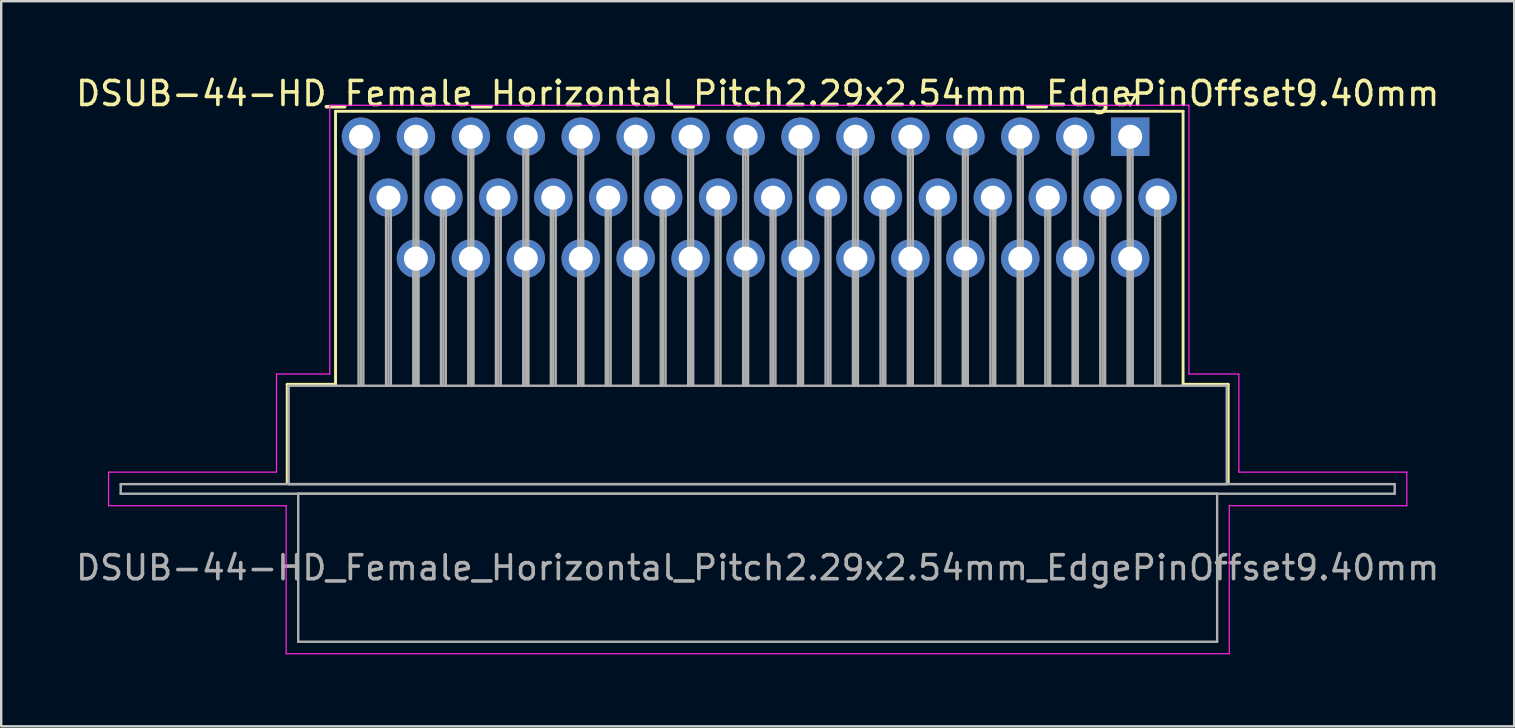
<source format=kicad_pcb>
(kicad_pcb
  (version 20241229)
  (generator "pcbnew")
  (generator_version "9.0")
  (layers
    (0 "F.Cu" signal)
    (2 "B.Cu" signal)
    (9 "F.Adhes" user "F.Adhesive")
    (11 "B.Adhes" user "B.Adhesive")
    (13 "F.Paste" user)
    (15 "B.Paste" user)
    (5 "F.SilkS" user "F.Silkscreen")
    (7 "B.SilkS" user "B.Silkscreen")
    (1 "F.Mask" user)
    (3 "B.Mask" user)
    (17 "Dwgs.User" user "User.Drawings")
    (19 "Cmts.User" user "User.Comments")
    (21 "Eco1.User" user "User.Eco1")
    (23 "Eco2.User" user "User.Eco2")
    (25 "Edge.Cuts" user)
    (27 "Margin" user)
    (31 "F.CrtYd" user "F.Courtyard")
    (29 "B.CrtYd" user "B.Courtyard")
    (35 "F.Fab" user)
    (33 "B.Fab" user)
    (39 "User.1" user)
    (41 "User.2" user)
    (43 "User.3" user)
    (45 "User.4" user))
  (footprint "DSUB-44-HD_Female_Horizontal_Pitch2.29x2.54mm_EdgePinOffset9.40mm"
    (layer "F.Cu")
    (at 44.055 2.648)
    (property "Reference" "DSUB-44-HD_Female_Horizontal_Pitch2.29x2.54mm_EdgePinOffset9.40mm" (at -15.525 -1.8 0) (layer "F.SilkS") (effects (font (size 1 1) (thickness 0.15))))
    (attr through_hole)
    (fp_line (start -35.135 10.32) (end -33.12 10.32) (stroke (width 0.12) (type solid)) (layer "F.SilkS"))
    (fp_line (start -35.135 14.42) (end -35.135 10.32) (stroke (width 0.12) (type solid)) (layer "F.SilkS"))
    (fp_line (start -33.12 -1.06) (end 2.205 -1.06) (stroke (width 0.12) (type solid)) (layer "F.SilkS"))
    (fp_line (start -33.12 10.32) (end -33.12 -1.06) (stroke (width 0.12) (type solid)) (layer "F.SilkS"))
    (fp_line (start -0.25 -1.754) (end 0.25 -1.754) (stroke (width 0.12) (type solid)) (layer "F.SilkS"))
    (fp_line (start 0 -1.321) (end -0.25 -1.754) (stroke (width 0.12) (type solid)) (layer "F.SilkS"))
    (fp_line (start 0.25 -1.754) (end 0 -1.321) (stroke (width 0.12) (type solid)) (layer "F.SilkS"))
    (fp_line (start 2.205 -1.06) (end 2.205 10.32) (stroke (width 0.12) (type solid)) (layer "F.SilkS"))
    (fp_line (start 2.205 10.32) (end 4.085 10.32) (stroke (width 0.12) (type solid)) (layer "F.SilkS"))
    (fp_line (start 4.085 10.32) (end 4.085 14.42) (stroke (width 0.12) (type solid)) (layer "F.SilkS"))
    (fp_line (start -42.58 13.98) (end -35.58 13.98) (stroke (width 0.05) (type solid)) (layer "F.CrtYd"))
    (fp_line (start -42.58 15.38) (end -42.58 13.98) (stroke (width 0.05) (type solid)) (layer "F.CrtYd"))
    (fp_line (start -35.58 9.89) (end -33.36 9.89) (stroke (width 0.05) (type solid)) (layer "F.CrtYd"))
    (fp_line (start -35.58 13.98) (end -35.58 9.89) (stroke (width 0.05) (type solid)) (layer "F.CrtYd"))
    (fp_line (start -35.18 15.38) (end -42.58 15.38) (stroke (width 0.05) (type solid)) (layer "F.CrtYd"))
    (fp_line (start -35.18 21.55) (end -35.18 15.38) (stroke (width 0.05) (type solid)) (layer "F.CrtYd"))
    (fp_line (start -33.36 -1.31) (end 2.45 -1.31) (stroke (width 0.05) (type solid)) (layer "F.CrtYd"))
    (fp_line (start -33.36 9.89) (end -33.36 -1.31) (stroke (width 0.05) (type solid)) (layer "F.CrtYd"))
    (fp_line (start 2.45 -1.31) (end 2.45 9.89) (stroke (width 0.05) (type solid)) (layer "F.CrtYd"))
    (fp_line (start 2.45 9.89) (end 4.53 9.89) (stroke (width 0.05) (type solid)) (layer "F.CrtYd"))
    (fp_line (start 4.13 15.38) (end 4.13 21.55) (stroke (width 0.05) (type solid)) (layer "F.CrtYd"))
    (fp_line (start 4.13 21.55) (end -35.18 21.55) (stroke (width 0.05) (type solid)) (layer "F.CrtYd"))
    (fp_line (start 4.53 9.89) (end 4.53 13.98) (stroke (width 0.05) (type solid)) (layer "F.CrtYd"))
    (fp_line (start 4.53 13.98) (end 11.53 13.98) (stroke (width 0.05) (type solid)) (layer "F.CrtYd"))
    (fp_line (start 11.53 13.98) (end 11.53 15.38) (stroke (width 0.05) (type solid)) (layer "F.CrtYd"))
    (fp_line (start 11.53 15.38) (end 4.13 15.38) (stroke (width 0.05) (type solid)) (layer "F.CrtYd"))
    (fp_line (start -42.075 14.48) (end -42.075 14.88) (stroke (width 0.1) (type solid)) (layer "F.Fab"))
    (fp_line (start -42.075 14.88) (end 11.025 14.88) (stroke (width 0.1) (type solid)) (layer "F.Fab"))
    (fp_line (start -35.075 10.38) (end -35.075 14.48) (stroke (width 0.1) (type solid)) (layer "F.Fab"))
    (fp_line (start -35.075 14.48) (end 4.025 14.48) (stroke (width 0.1) (type solid)) (layer "F.Fab"))
    (fp_line (start -34.675 14.88) (end -34.675 21.05) (stroke (width 0.1) (type solid)) (layer "F.Fab"))
    (fp_line (start -34.675 21.05) (end 3.625 21.05) (stroke (width 0.1) (type solid)) (layer "F.Fab"))
    (fp_line (start -32.16 0) (end -32.16 10.38) (stroke (width 0.1) (type solid)) (layer "F.Fab"))
    (fp_line (start -32.06 0) (end -32.06 10.38) (stroke (width 0.1) (type solid)) (layer "F.Fab"))
    (fp_line (start -31.96 0) (end -31.96 10.38) (stroke (width 0.1) (type solid)) (layer "F.Fab"))
    (fp_line (start -31.015 2.54) (end -31.015 10.38) (stroke (width 0.1) (type solid)) (layer "F.Fab"))
    (fp_line (start -30.915 2.54) (end -30.915 10.38) (stroke (width 0.1) (type solid)) (layer "F.Fab"))
    (fp_line (start -30.815 2.54) (end -30.815 10.38) (stroke (width 0.1) (type solid)) (layer "F.Fab"))
    (fp_line (start -29.87 0) (end -29.87 10.38) (stroke (width 0.1) (type solid)) (layer "F.Fab"))
    (fp_line (start -29.87 5.08) (end -29.87 10.38) (stroke (width 0.1) (type solid)) (layer "F.Fab"))
    (fp_line (start -29.77 0) (end -29.77 10.38) (stroke (width 0.1) (type solid)) (layer "F.Fab"))
    (fp_line (start -29.77 5.08) (end -29.77 10.38) (stroke (width 0.1) (type solid)) (layer "F.Fab"))
    (fp_line (start -29.67 0) (end -29.67 10.38) (stroke (width 0.1) (type solid)) (layer "F.Fab"))
    (fp_line (start -29.67 5.08) (end -29.67 10.38) (stroke (width 0.1) (type solid)) (layer "F.Fab"))
    (fp_line (start -28.725 2.54) (end -28.725 10.38) (stroke (width 0.1) (type solid)) (layer "F.Fab"))
    (fp_line (start -28.625 2.54) (end -28.625 10.38) (stroke (width 0.1) (type solid)) (layer "F.Fab"))
    (fp_line (start -28.525 2.54) (end -28.525 10.38) (stroke (width 0.1) (type solid)) (layer "F.Fab"))
    (fp_line (start -27.58 0) (end -27.58 10.38) (stroke (width 0.1) (type solid)) (layer "F.Fab"))
    (fp_line (start -27.58 5.08) (end -27.58 10.38) (stroke (width 0.1) (type solid)) (layer "F.Fab"))
    (fp_line (start -27.48 0) (end -27.48 10.38) (stroke (width 0.1) (type solid)) (layer "F.Fab"))
    (fp_line (start -27.48 5.08) (end -27.48 10.38) (stroke (width 0.1) (type solid)) (layer "F.Fab"))
    (fp_line (start -27.38 0) (end -27.38 10.38) (stroke (width 0.1) (type solid)) (layer "F.Fab"))
    (fp_line (start -27.38 5.08) (end -27.38 10.38) (stroke (width 0.1) (type solid)) (layer "F.Fab"))
    (fp_line (start -26.435 2.54) (end -26.435 10.38) (stroke (width 0.1) (type solid)) (layer "F.Fab"))
    (fp_line (start -26.335 2.54) (end -26.335 10.38) (stroke (width 0.1) (type solid)) (layer "F.Fab"))
    (fp_line (start -26.235 2.54) (end -26.235 10.38) (stroke (width 0.1) (type solid)) (layer "F.Fab"))
    (fp_line (start -25.29 0) (end -25.29 10.38) (stroke (width 0.1) (type solid)) (layer "F.Fab"))
    (fp_line (start -25.29 5.08) (end -25.29 10.38) (stroke (width 0.1) (type solid)) (layer "F.Fab"))
    (fp_line (start -25.19 0) (end -25.19 10.38) (stroke (width 0.1) (type solid)) (layer "F.Fab"))
    (fp_line (start -25.19 5.08) (end -25.19 10.38) (stroke (width 0.1) (type solid)) (layer "F.Fab"))
    (fp_line (start -25.09 0) (end -25.09 10.38) (stroke (width 0.1) (type solid)) (layer "F.Fab"))
    (fp_line (start -25.09 5.08) (end -25.09 10.38) (stroke (width 0.1) (type solid)) (layer "F.Fab"))
    (fp_line (start -24.145 2.54) (end -24.145 10.38) (stroke (width 0.1) (type solid)) (layer "F.Fab"))
    (fp_line (start -24.045 2.54) (end -24.045 10.38) (stroke (width 0.1) (type solid)) (layer "F.Fab"))
    (fp_line (start -23.945 2.54) (end -23.945 10.38) (stroke (width 0.1) (type solid)) (layer "F.Fab"))
    (fp_line (start -23 0) (end -23 10.38) (stroke (width 0.1) (type solid)) (layer "F.Fab"))
    (fp_line (start -23 5.08) (end -23 10.38) (stroke (width 0.1) (type solid)) (layer "F.Fab"))
    (fp_line (start -22.9 0) (end -22.9 10.38) (stroke (width 0.1) (type solid)) (layer "F.Fab"))
    (fp_line (start -22.9 5.08) (end -22.9 10.38) (stroke (width 0.1) (type solid)) (layer "F.Fab"))
    (fp_line (start -22.8 0) (end -22.8 10.38) (stroke (width 0.1) (type solid)) (layer "F.Fab"))
    (fp_line (start -22.8 5.08) (end -22.8 10.38) (stroke (width 0.1) (type solid)) (layer "F.Fab"))
    (fp_line (start -21.855 2.54) (end -21.855 10.38) (stroke (width 0.1) (type solid)) (layer "F.Fab"))
    (fp_line (start -21.755 2.54) (end -21.755 10.38) (stroke (width 0.1) (type solid)) (layer "F.Fab"))
    (fp_line (start -21.655 2.54) (end -21.655 10.38) (stroke (width 0.1) (type solid)) (layer "F.Fab"))
    (fp_line (start -20.71 0) (end -20.71 10.38) (stroke (width 0.1) (type solid)) (layer "F.Fab"))
    (fp_line (start -20.71 5.08) (end -20.71 10.38) (stroke (width 0.1) (type solid)) (layer "F.Fab"))
    (fp_line (start -20.61 0) (end -20.61 10.38) (stroke (width 0.1) (type solid)) (layer "F.Fab"))
    (fp_line (start -20.61 5.08) (end -20.61 10.38) (stroke (width 0.1) (type solid)) (layer "F.Fab"))
    (fp_line (start -20.51 0) (end -20.51 10.38) (stroke (width 0.1) (type solid)) (layer "F.Fab"))
    (fp_line (start -20.51 5.08) (end -20.51 10.38) (stroke (width 0.1) (type solid)) (layer "F.Fab"))
    (fp_line (start -19.565 2.54) (end -19.565 10.38) (stroke (width 0.1) (type solid)) (layer "F.Fab"))
    (fp_line (start -19.465 2.54) (end -19.465 10.38) (stroke (width 0.1) (type solid)) (layer "F.Fab"))
    (fp_line (start -19.365 2.54) (end -19.365 10.38) (stroke (width 0.1) (type solid)) (layer "F.Fab"))
    (fp_line (start -18.42 0) (end -18.42 10.38) (stroke (width 0.1) (type solid)) (layer "F.Fab"))
    (fp_line (start -18.42 5.08) (end -18.42 10.38) (stroke (width 0.1) (type solid)) (layer "F.Fab"))
    (fp_line (start -18.32 0) (end -18.32 10.38) (stroke (width 0.1) (type solid)) (layer "F.Fab"))
    (fp_line (start -18.32 5.08) (end -18.32 10.38) (stroke (width 0.1) (type solid)) (layer "F.Fab"))
    (fp_line (start -18.22 0) (end -18.22 10.38) (stroke (width 0.1) (type solid)) (layer "F.Fab"))
    (fp_line (start -18.22 5.08) (end -18.22 10.38) (stroke (width 0.1) (type solid)) (layer "F.Fab"))
    (fp_line (start -17.275 2.54) (end -17.275 10.38) (stroke (width 0.1) (type solid)) (layer "F.Fab"))
    (fp_line (start -17.175 2.54) (end -17.175 10.38) (stroke (width 0.1) (type solid)) (layer "F.Fab"))
    (fp_line (start -17.075 2.54) (end -17.075 10.38) (stroke (width 0.1) (type solid)) (layer "F.Fab"))
    (fp_line (start -16.13 0) (end -16.13 10.38) (stroke (width 0.1) (type solid)) (layer "F.Fab"))
    (fp_line (start -16.13 5.08) (end -16.13 10.38) (stroke (width 0.1) (type solid)) (layer "F.Fab"))
    (fp_line (start -16.03 0) (end -16.03 10.38) (stroke (width 0.1) (type solid)) (layer "F.Fab"))
    (fp_line (start -16.03 5.08) (end -16.03 10.38) (stroke (width 0.1) (type solid)) (layer "F.Fab"))
    (fp_line (start -15.93 0) (end -15.93 10.38) (stroke (width 0.1) (type solid)) (layer "F.Fab"))
    (fp_line (start -15.93 5.08) (end -15.93 10.38) (stroke (width 0.1) (type solid)) (layer "F.Fab"))
    (fp_line (start -14.985 2.54) (end -14.985 10.38) (stroke (width 0.1) (type solid)) (layer "F.Fab"))
    (fp_line (start -14.885 2.54) (end -14.885 10.38) (stroke (width 0.1) (type solid)) (layer "F.Fab"))
    (fp_line (start -14.785 2.54) (end -14.785 10.38) (stroke (width 0.1) (type solid)) (layer "F.Fab"))
    (fp_line (start -13.84 0) (end -13.84 10.38) (stroke (width 0.1) (type solid)) (layer "F.Fab"))
    (fp_line (start -13.84 5.08) (end -13.84 10.38) (stroke (width 0.1) (type solid)) (layer "F.Fab"))
    (fp_line (start -13.74 0) (end -13.74 10.38) (stroke (width 0.1) (type solid)) (layer "F.Fab"))
    (fp_line (start -13.74 5.08) (end -13.74 10.38) (stroke (width 0.1) (type solid)) (layer "F.Fab"))
    (fp_line (start -13.64 0) (end -13.64 10.38) (stroke (width 0.1) (type solid)) (layer "F.Fab"))
    (fp_line (start -13.64 5.08) (end -13.64 10.38) (stroke (width 0.1) (type solid)) (layer "F.Fab"))
    (fp_line (start -12.695 2.54) (end -12.695 10.38) (stroke (width 0.1) (type solid)) (layer "F.Fab"))
    (fp_line (start -12.595 2.54) (end -12.595 10.38) (stroke (width 0.1) (type solid)) (layer "F.Fab"))
    (fp_line (start -12.495 2.54) (end -12.495 10.38) (stroke (width 0.1) (type solid)) (layer "F.Fab"))
    (fp_line (start -11.55 0) (end -11.55 10.38) (stroke (width 0.1) (type solid)) (layer "F.Fab"))
    (fp_line (start -11.55 5.08) (end -11.55 10.38) (stroke (width 0.1) (type solid)) (layer "F.Fab"))
    (fp_line (start -11.45 0) (end -11.45 10.38) (stroke (width 0.1) (type solid)) (layer "F.Fab"))
    (fp_line (start -11.45 5.08) (end -11.45 10.38) (stroke (width 0.1) (type solid)) (layer "F.Fab"))
    (fp_line (start -11.35 0) (end -11.35 10.38) (stroke (width 0.1) (type solid)) (layer "F.Fab"))
    (fp_line (start -11.35 5.08) (end -11.35 10.38) (stroke (width 0.1) (type solid)) (layer "F.Fab"))
    (fp_line (start -10.405 2.54) (end -10.405 10.38) (stroke (width 0.1) (type solid)) (layer "F.Fab"))
    (fp_line (start -10.305 2.54) (end -10.305 10.38) (stroke (width 0.1) (type solid)) (layer "F.Fab"))
    (fp_line (start -10.205 2.54) (end -10.205 10.38) (stroke (width 0.1) (type solid)) (layer "F.Fab"))
    (fp_line (start -9.26 0) (end -9.26 10.38) (stroke (width 0.1) (type solid)) (layer "F.Fab"))
    (fp_line (start -9.26 5.08) (end -9.26 10.38) (stroke (width 0.1) (type solid)) (layer "F.Fab"))
    (fp_line (start -9.16 0) (end -9.16 10.38) (stroke (width 0.1) (type solid)) (layer "F.Fab"))
    (fp_line (start -9.16 5.08) (end -9.16 10.38) (stroke (width 0.1) (type solid)) (layer "F.Fab"))
    (fp_line (start -9.06 0) (end -9.06 10.38) (stroke (width 0.1) (type solid)) (layer "F.Fab"))
    (fp_line (start -9.06 5.08) (end -9.06 10.38) (stroke (width 0.1) (type solid)) (layer "F.Fab"))
    (fp_line (start -8.115 2.54) (end -8.115 10.38) (stroke (width 0.1) (type solid)) (layer "F.Fab"))
    (fp_line (start -8.015 2.54) (end -8.015 10.38) (stroke (width 0.1) (type solid)) (layer "F.Fab"))
    (fp_line (start -7.915 2.54) (end -7.915 10.38) (stroke (width 0.1) (type solid)) (layer "F.Fab"))
    (fp_line (start -6.97 0) (end -6.97 10.38) (stroke (width 0.1) (type solid)) (layer "F.Fab"))
    (fp_line (start -6.97 5.08) (end -6.97 10.38) (stroke (width 0.1) (type solid)) (layer "F.Fab"))
    (fp_line (start -6.87 0) (end -6.87 10.38) (stroke (width 0.1) (type solid)) (layer "F.Fab"))
    (fp_line (start -6.87 5.08) (end -6.87 10.38) (stroke (width 0.1) (type solid)) (layer "F.Fab"))
    (fp_line (start -6.77 0) (end -6.77 10.38) (stroke (width 0.1) (type solid)) (layer "F.Fab"))
    (fp_line (start -6.77 5.08) (end -6.77 10.38) (stroke (width 0.1) (type solid)) (layer "F.Fab"))
    (fp_line (start -5.825 2.54) (end -5.825 10.38) (stroke (width 0.1) (type solid)) (layer "F.Fab"))
    (fp_line (start -5.725 2.54) (end -5.725 10.38) (stroke (width 0.1) (type solid)) (layer "F.Fab"))
    (fp_line (start -5.625 2.54) (end -5.625 10.38) (stroke (width 0.1) (type solid)) (layer "F.Fab"))
    (fp_line (start -4.68 0) (end -4.68 10.38) (stroke (width 0.1) (type solid)) (layer "F.Fab"))
    (fp_line (start -4.68 5.08) (end -4.68 10.38) (stroke (width 0.1) (type solid)) (layer "F.Fab"))
    (fp_line (start -4.58 0) (end -4.58 10.38) (stroke (width 0.1) (type solid)) (layer "F.Fab"))
    (fp_line (start -4.58 5.08) (end -4.58 10.38) (stroke (width 0.1) (type solid)) (layer "F.Fab"))
    (fp_line (start -4.48 0) (end -4.48 10.38) (stroke (width 0.1) (type solid)) (layer "F.Fab"))
    (fp_line (start -4.48 5.08) (end -4.48 10.38) (stroke (width 0.1) (type solid)) (layer "F.Fab"))
    (fp_line (start -3.535 2.54) (end -3.535 10.38) (stroke (width 0.1) (type solid)) (layer "F.Fab"))
    (fp_line (start -3.435 2.54) (end -3.435 10.38) (stroke (width 0.1) (type solid)) (layer "F.Fab"))
    (fp_line (start -3.335 2.54) (end -3.335 10.38) (stroke (width 0.1) (type solid)) (layer "F.Fab"))
    (fp_line (start -2.39 0) (end -2.39 10.38) (stroke (width 0.1) (type solid)) (layer "F.Fab"))
    (fp_line (start -2.39 5.08) (end -2.39 10.38) (stroke (width 0.1) (type solid)) (layer "F.Fab"))
    (fp_line (start -2.29 0) (end -2.29 10.38) (stroke (width 0.1) (type solid)) (layer "F.Fab"))
    (fp_line (start -2.29 5.08) (end -2.29 10.38) (stroke (width 0.1) (type solid)) (layer "F.Fab"))
    (fp_line (start -2.19 0) (end -2.19 10.38) (stroke (width 0.1) (type solid)) (layer "F.Fab"))
    (fp_line (start -2.19 5.08) (end -2.19 10.38) (stroke (width 0.1) (type solid)) (layer "F.Fab"))
    (fp_line (start -1.245 2.54) (end -1.245 10.38) (stroke (width 0.1) (type solid)) (layer "F.Fab"))
    (fp_line (start -1.145 2.54) (end -1.145 10.38) (stroke (width 0.1) (type solid)) (layer "F.Fab"))
    (fp_line (start -1.045 2.54) (end -1.045 10.38) (stroke (width 0.1) (type solid)) (layer "F.Fab"))
    (fp_line (start -0.1 0) (end -0.1 10.38) (stroke (width 0.1) (type solid)) (layer "F.Fab"))
    (fp_line (start -0.1 5.08) (end -0.1 10.38) (stroke (width 0.1) (type solid)) (layer "F.Fab"))
    (fp_line (start 0 0) (end 0 10.38) (stroke (width 0.1) (type solid)) (layer "F.Fab"))
    (fp_line (start 0 5.08) (end 0 10.38) (stroke (width 0.1) (type solid)) (layer "F.Fab"))
    (fp_line (start 0.1 0) (end 0.1 10.38) (stroke (width 0.1) (type solid)) (layer "F.Fab"))
    (fp_line (start 0.1 5.08) (end 0.1 10.38) (stroke (width 0.1) (type solid)) (layer "F.Fab"))
    (fp_line (start 1.045 2.54) (end 1.045 10.38) (stroke (width 0.1) (type solid)) (layer "F.Fab"))
    (fp_line (start 1.145 2.54) (end 1.145 10.38) (stroke (width 0.1) (type solid)) (layer "F.Fab"))
    (fp_line (start 1.245 2.54) (end 1.245 10.38) (stroke (width 0.1) (type solid)) (layer "F.Fab"))
    (fp_line (start 3.625 14.88) (end -34.675 14.88) (stroke (width 0.1) (type solid)) (layer "F.Fab"))
    (fp_line (start 3.625 21.05) (end 3.625 14.88) (stroke (width 0.1) (type solid)) (layer "F.Fab"))
    (fp_line (start 4.025 10.38) (end -35.075 10.38) (stroke (width 0.1) (type solid)) (layer "F.Fab"))
    (fp_line (start 4.025 14.48) (end 4.025 10.38) (stroke (width 0.1) (type solid)) (layer "F.Fab"))
    (fp_line (start 11.025 14.48) (end -42.075 14.48) (stroke (width 0.1) (type solid)) (layer "F.Fab"))
    (fp_line (start 11.025 14.88) (end 11.025 14.48) (stroke (width 0.1) (type solid)) (layer "F.Fab"))
    (fp_text user "${REFERENCE}" (at -15.525 17.965 0) (layer "F.Fab") (effects (font (size 1 1) (thickness 0.15))))
    (pad "1" thru_hole rect (at 0 0) (size 1.6 1.6) (drill 1) (layers "*.Cu" "*.Mask"))
    (pad "2" thru_hole circle (at -2.29 0) (size 1.6 1.6) (drill 1) (layers "*.Cu" "*.Mask"))
    (pad "3" thru_hole circle (at -4.58 0) (size 1.6 1.6) (drill 1) (layers "*.Cu" "*.Mask"))
    (pad "4" thru_hole circle (at -6.87 0) (size 1.6 1.6) (drill 1) (layers "*.Cu" "*.Mask"))
    (pad "5" thru_hole circle (at -9.16 0) (size 1.6 1.6) (drill 1) (layers "*.Cu" "*.Mask"))
    (pad "6" thru_hole circle (at -11.45 0) (size 1.6 1.6) (drill 1) (layers "*.Cu" "*.Mask"))
    (pad "7" thru_hole circle (at -13.74 0) (size 1.6 1.6) (drill 1) (layers "*.Cu" "*.Mask"))
    (pad "8" thru_hole circle (at -16.03 0) (size 1.6 1.6) (drill 1) (layers "*.Cu" "*.Mask"))
    (pad "9" thru_hole circle (at -18.32 0) (size 1.6 1.6) (drill 1) (layers "*.Cu" "*.Mask"))
    (pad "10" thru_hole circle (at -20.61 0) (size 1.6 1.6) (drill 1) (layers "*.Cu" "*.Mask"))
    (pad "11" thru_hole circle (at -22.9 0) (size 1.6 1.6) (drill 1) (layers "*.Cu" "*.Mask"))
    (pad "12" thru_hole circle (at -25.19 0) (size 1.6 1.6) (drill 1) (layers "*.Cu" "*.Mask"))
    (pad "13" thru_hole circle (at -27.48 0) (size 1.6 1.6) (drill 1) (layers "*.Cu" "*.Mask"))
    (pad "14" thru_hole circle (at -29.77 0) (size 1.6 1.6) (drill 1) (layers "*.Cu" "*.Mask"))
    (pad "15" thru_hole circle (at -32.06 0) (size 1.6 1.6) (drill 1) (layers "*.Cu" "*.Mask"))
    (pad "16" thru_hole circle (at 1.145 2.54) (size 1.6 1.6) (drill 1) (layers "*.Cu" "*.Mask"))
    (pad "17" thru_hole circle (at -1.145 2.54) (size 1.6 1.6) (drill 1) (layers "*.Cu" "*.Mask"))
    (pad "18" thru_hole circle (at -3.435 2.54) (size 1.6 1.6) (drill 1) (layers "*.Cu" "*.Mask"))
    (pad "19" thru_hole circle (at -5.725 2.54) (size 1.6 1.6) (drill 1) (layers "*.Cu" "*.Mask"))
    (pad "20" thru_hole circle (at -8.015 2.54) (size 1.6 1.6) (drill 1) (layers "*.Cu" "*.Mask"))
    (pad "21" thru_hole circle (at -10.305 2.54) (size 1.6 1.6) (drill 1) (layers "*.Cu" "*.Mask"))
    (pad "22" thru_hole circle (at -12.595 2.54) (size 1.6 1.6) (drill 1) (layers "*.Cu" "*.Mask"))
    (pad "23" thru_hole circle (at -14.885 2.54) (size 1.6 1.6) (drill 1) (layers "*.Cu" "*.Mask"))
    (pad "24" thru_hole circle (at -17.175 2.54) (size 1.6 1.6) (drill 1) (layers "*.Cu" "*.Mask"))
    (pad "25" thru_hole circle (at -19.465 2.54) (size 1.6 1.6) (drill 1) (layers "*.Cu" "*.Mask"))
    (pad "26" thru_hole circle (at -21.755 2.54) (size 1.6 1.6) (drill 1) (layers "*.Cu" "*.Mask"))
    (pad "27" thru_hole circle (at -24.045 2.54) (size 1.6 1.6) (drill 1) (layers "*.Cu" "*.Mask"))
    (pad "28" thru_hole circle (at -26.335 2.54) (size 1.6 1.6) (drill 1) (layers "*.Cu" "*.Mask"))
    (pad "29" thru_hole circle (at -28.625 2.54) (size 1.6 1.6) (drill 1) (layers "*.Cu" "*.Mask"))
    (pad "30" thru_hole circle (at -30.915 2.54) (size 1.6 1.6) (drill 1) (layers "*.Cu" "*.Mask"))
    (pad "31" thru_hole circle (at 0 5.08) (size 1.6 1.6) (drill 1) (layers "*.Cu" "*.Mask"))
    (pad "32" thru_hole circle (at -2.29 5.08) (size 1.6 1.6) (drill 1) (layers "*.Cu" "*.Mask"))
    (pad "33" thru_hole circle (at -4.58 5.08) (size 1.6 1.6) (drill 1) (layers "*.Cu" "*.Mask"))
    (pad "34" thru_hole circle (at -6.87 5.08) (size 1.6 1.6) (drill 1) (layers "*.Cu" "*.Mask"))
    (pad "35" thru_hole circle (at -9.16 5.08) (size 1.6 1.6) (drill 1) (layers "*.Cu" "*.Mask"))
    (pad "36" thru_hole circle (at -11.45 5.08) (size 1.6 1.6) (drill 1) (layers "*.Cu" "*.Mask"))
    (pad "37" thru_hole circle (at -13.74 5.08) (size 1.6 1.6) (drill 1) (layers "*.Cu" "*.Mask"))
    (pad "38" thru_hole circle (at -16.03 5.08) (size 1.6 1.6) (drill 1) (layers "*.Cu" "*.Mask"))
    (pad "39" thru_hole circle (at -18.32 5.08) (size 1.6 1.6) (drill 1) (layers "*.Cu" "*.Mask"))
    (pad "40" thru_hole circle (at -20.61 5.08) (size 1.6 1.6) (drill 1) (layers "*.Cu" "*.Mask"))
    (pad "41" thru_hole circle (at -22.9 5.08) (size 1.6 1.6) (drill 1) (layers "*.Cu" "*.Mask"))
    (pad "42" thru_hole circle (at -25.19 5.08) (size 1.6 1.6) (drill 1) (layers "*.Cu" "*.Mask"))
    (pad "43" thru_hole circle (at -27.48 5.08) (size 1.6 1.6) (drill 1) (layers "*.Cu" "*.Mask"))
    (pad "44" thru_hole circle (at -29.77 5.08) (size 1.6 1.6) (drill 1) (layers "*.Cu" "*.Mask")))
  (gr_rect
    (start -3 -3)
    (end 60.06 27.223)
    (stroke (width 0.1) (type default))
    (fill no)
    (layer "Edge.Cuts")))
</source>
